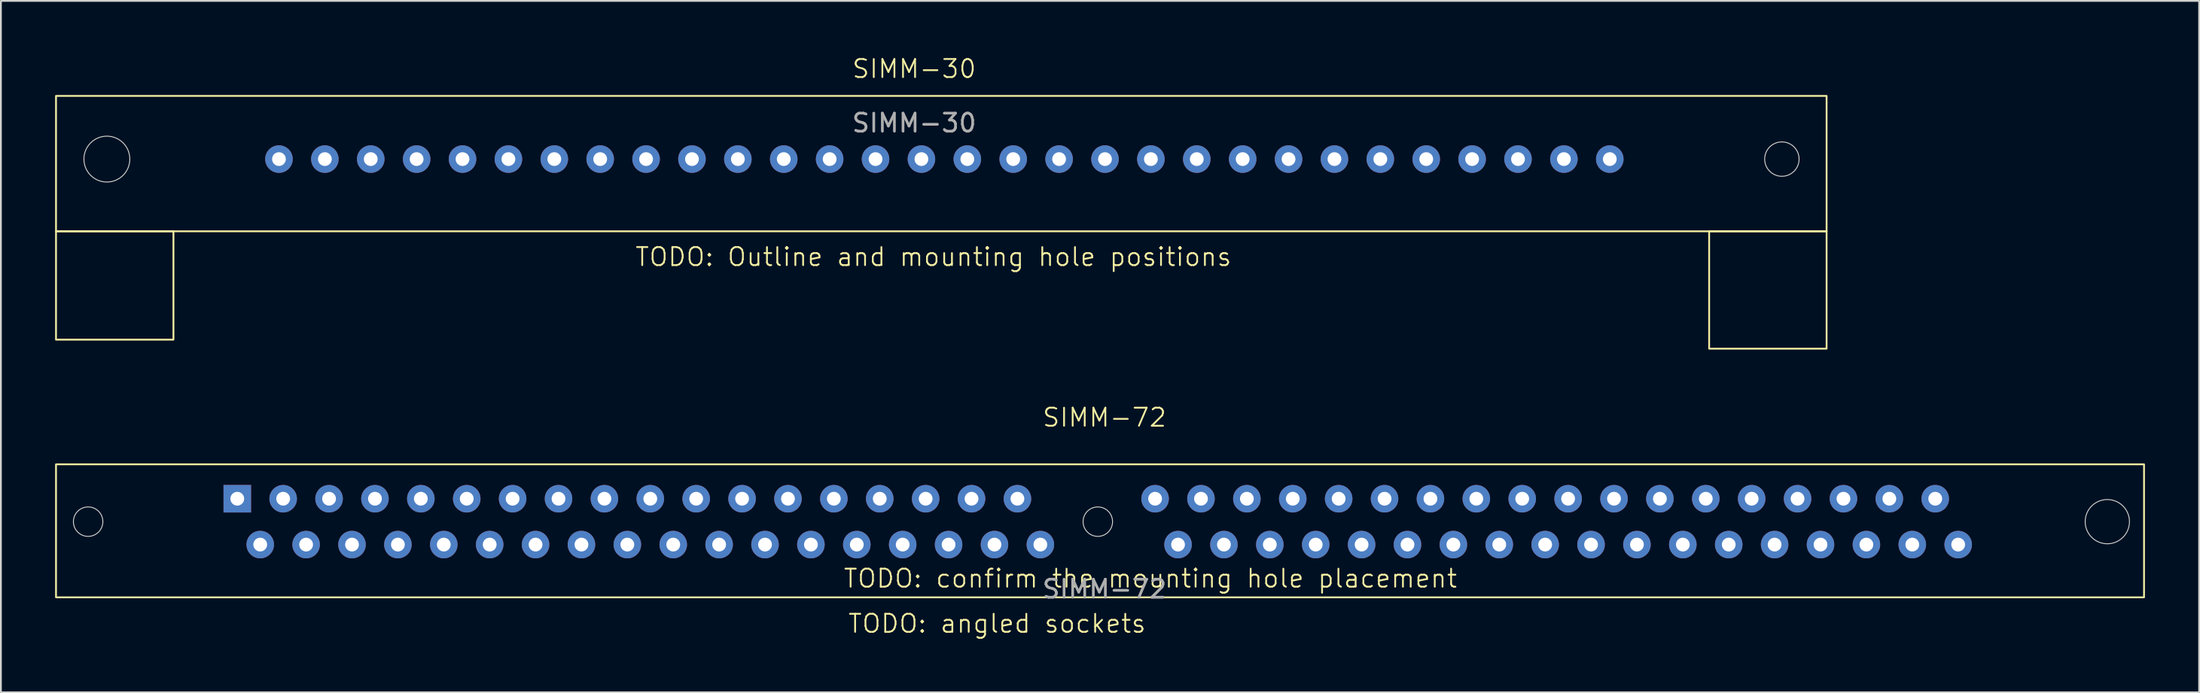
<source format=kicad_pcb>
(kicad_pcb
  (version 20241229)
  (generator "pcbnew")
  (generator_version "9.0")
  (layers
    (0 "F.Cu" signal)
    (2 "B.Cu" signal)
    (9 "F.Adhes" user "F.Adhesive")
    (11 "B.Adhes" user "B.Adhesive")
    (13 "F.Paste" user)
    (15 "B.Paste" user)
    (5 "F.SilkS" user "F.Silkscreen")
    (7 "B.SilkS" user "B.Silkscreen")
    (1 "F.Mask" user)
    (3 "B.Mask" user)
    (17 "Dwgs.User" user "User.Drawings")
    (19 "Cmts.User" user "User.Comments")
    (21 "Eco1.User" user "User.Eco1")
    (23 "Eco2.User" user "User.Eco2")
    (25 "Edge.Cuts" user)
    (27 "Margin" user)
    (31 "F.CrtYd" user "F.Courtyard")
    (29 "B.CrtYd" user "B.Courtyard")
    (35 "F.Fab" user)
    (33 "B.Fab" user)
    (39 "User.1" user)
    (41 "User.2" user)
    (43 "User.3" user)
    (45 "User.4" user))
  (footprint "SIMM-72"
    (layer "F.Cu")
    (at 10.083 24.571)
    (property "Reference" "SIMM-72" (at 48 -4.5 0) (unlocked yes) (layer "F.SilkS") (effects (font (size 1 1) (thickness 0.1))))
    (attr through_hole)
    (fp_rect (start -10.033 -1.905) (end 105.537 5.461) (stroke (width 0.1) (type default)) (fill no) (layer "F.SilkS"))
    (fp_circle (center -8.255 1.27) (end -7.44 1.27) (stroke (width 0.05) (type default)) (fill no) (layer "Edge.Cuts"))
    (fp_circle (center 47.63 1.27) (end 48.445 1.27) (stroke (width 0.05) (type default)) (fill no) (layer "Edge.Cuts"))
    (fp_circle (center 103.505 1.27) (end 104.73 1.27) (stroke (width 0.05) (type default)) (fill no) (layer "Edge.Cuts"))
    (fp_text user "TODO: angled sockets" (at 33.75 7.5 0) (unlocked yes) (layer "F.SilkS") (effects (font (size 1 1) (thickness 0.1)) (justify left bottom)))
    (fp_text user "TODO: confirm the mounting hole placement" (at 33.5 5 0) (unlocked yes) (layer "F.SilkS") (effects (font (size 1 1) (thickness 0.1)) (justify left bottom)))
    (fp_text user "${REFERENCE}" (at 48 5 0) (unlocked yes) (layer "F.Fab") (effects (font (size 1 1) (thickness 0.15))))
    (pad "1" thru_hole rect (at 0 0) (size 1.524 1.524) (drill 0.762) (layers "*.Cu" "*.Mask"))
    (pad "2" thru_hole circle (at 1.27 2.54) (size 1.524 1.524) (drill 0.762) (layers "*.Cu" "*.Mask"))
    (pad "3" thru_hole circle (at 2.54 0) (size 1.524 1.524) (drill 0.762) (layers "*.Cu" "*.Mask"))
    (pad "4" thru_hole circle (at 3.81 2.54) (size 1.524 1.524) (drill 0.762) (layers "*.Cu" "*.Mask"))
    (pad "5" thru_hole circle (at 5.08 0) (size 1.524 1.524) (drill 0.762) (layers "*.Cu" "*.Mask"))
    (pad "6" thru_hole circle (at 6.35 2.54) (size 1.524 1.524) (drill 0.762) (layers "*.Cu" "*.Mask"))
    (pad "7" thru_hole circle (at 7.62 0) (size 1.524 1.524) (drill 0.762) (layers "*.Cu" "*.Mask"))
    (pad "8" thru_hole circle (at 8.89 2.54) (size 1.524 1.524) (drill 0.762) (layers "*.Cu" "*.Mask"))
    (pad "9" thru_hole circle (at 10.16 0) (size 1.524 1.524) (drill 0.762) (layers "*.Cu" "*.Mask"))
    (pad "10" thru_hole circle (at 11.43 2.54) (size 1.524 1.524) (drill 0.762) (layers "*.Cu" "*.Mask"))
    (pad "11" thru_hole circle (at 12.7 0) (size 1.524 1.524) (drill 0.762) (layers "*.Cu" "*.Mask"))
    (pad "12" thru_hole circle (at 13.97 2.54) (size 1.524 1.524) (drill 0.762) (layers "*.Cu" "*.Mask"))
    (pad "13" thru_hole circle (at 15.24 0) (size 1.524 1.524) (drill 0.762) (layers "*.Cu" "*.Mask"))
    (pad "14" thru_hole circle (at 16.51 2.54) (size 1.524 1.524) (drill 0.762) (layers "*.Cu" "*.Mask"))
    (pad "15" thru_hole circle (at 17.78 0) (size 1.524 1.524) (drill 0.762) (layers "*.Cu" "*.Mask"))
    (pad "16" thru_hole circle (at 19.05 2.54) (size 1.524 1.524) (drill 0.762) (layers "*.Cu" "*.Mask"))
    (pad "17" thru_hole circle (at 20.32 0) (size 1.524 1.524) (drill 0.762) (layers "*.Cu" "*.Mask"))
    (pad "18" thru_hole circle (at 21.59 2.54) (size 1.524 1.524) (drill 0.762) (layers "*.Cu" "*.Mask"))
    (pad "19" thru_hole circle (at 22.86 0) (size 1.524 1.524) (drill 0.762) (layers "*.Cu" "*.Mask"))
    (pad "20" thru_hole circle (at 24.13 2.54) (size 1.524 1.524) (drill 0.762) (layers "*.Cu" "*.Mask"))
    (pad "21" thru_hole circle (at 25.4 0) (size 1.524 1.524) (drill 0.762) (layers "*.Cu" "*.Mask"))
    (pad "22" thru_hole circle (at 26.67 2.54) (size 1.524 1.524) (drill 0.762) (layers "*.Cu" "*.Mask"))
    (pad "23" thru_hole circle (at 27.94 0) (size 1.524 1.524) (drill 0.762) (layers "*.Cu" "*.Mask"))
    (pad "24" thru_hole circle (at 29.21 2.54) (size 1.524 1.524) (drill 0.762) (layers "*.Cu" "*.Mask"))
    (pad "25" thru_hole circle (at 30.48 0) (size 1.524 1.524) (drill 0.762) (layers "*.Cu" "*.Mask"))
    (pad "26" thru_hole circle (at 31.75 2.54) (size 1.524 1.524) (drill 0.762) (layers "*.Cu" "*.Mask"))
    (pad "27" thru_hole circle (at 33.02 0) (size 1.524 1.524) (drill 0.762) (layers "*.Cu" "*.Mask"))
    (pad "28" thru_hole circle (at 34.29 2.54) (size 1.524 1.524) (drill 0.762) (layers "*.Cu" "*.Mask"))
    (pad "29" thru_hole circle (at 35.56 0) (size 1.524 1.524) (drill 0.762) (layers "*.Cu" "*.Mask"))
    (pad "30" thru_hole circle (at 36.83 2.54) (size 1.524 1.524) (drill 0.762) (layers "*.Cu" "*.Mask"))
    (pad "31" thru_hole circle (at 38.1 0) (size 1.524 1.524) (drill 0.762) (layers "*.Cu" "*.Mask"))
    (pad "32" thru_hole circle (at 39.37 2.54) (size 1.524 1.524) (drill 0.762) (layers "*.Cu" "*.Mask"))
    (pad "33" thru_hole circle (at 40.64 0) (size 1.524 1.524) (drill 0.762) (layers "*.Cu" "*.Mask"))
    (pad "34" thru_hole circle (at 41.91 2.54) (size 1.524 1.524) (drill 0.762) (layers "*.Cu" "*.Mask"))
    (pad "35" thru_hole circle (at 43.18 0) (size 1.524 1.524) (drill 0.762) (layers "*.Cu" "*.Mask"))
    (pad "36" thru_hole circle (at 44.45 2.54) (size 1.524 1.524) (drill 0.762) (layers "*.Cu" "*.Mask"))
    (pad "37" thru_hole circle (at 50.8 0) (size 1.524 1.524) (drill 0.762) (layers "*.Cu" "*.Mask"))
    (pad "38" thru_hole circle (at 52.07 2.54) (size 1.524 1.524) (drill 0.762) (layers "*.Cu" "*.Mask"))
    (pad "39" thru_hole circle (at 53.34 0) (size 1.524 1.524) (drill 0.762) (layers "*.Cu" "*.Mask"))
    (pad "40" thru_hole circle (at 54.61 2.54) (size 1.524 1.524) (drill 0.762) (layers "*.Cu" "*.Mask"))
    (pad "41" thru_hole circle (at 55.88 0) (size 1.524 1.524) (drill 0.762) (layers "*.Cu" "*.Mask"))
    (pad "42" thru_hole circle (at 57.15 2.54) (size 1.524 1.524) (drill 0.762) (layers "*.Cu" "*.Mask"))
    (pad "43" thru_hole circle (at 58.42 0) (size 1.524 1.524) (drill 0.762) (layers "*.Cu" "*.Mask"))
    (pad "44" thru_hole circle (at 59.69 2.54) (size 1.524 1.524) (drill 0.762) (layers "*.Cu" "*.Mask"))
    (pad "45" thru_hole circle (at 60.96 0) (size 1.524 1.524) (drill 0.762) (layers "*.Cu" "*.Mask"))
    (pad "46" thru_hole circle (at 62.23 2.54) (size 1.524 1.524) (drill 0.762) (layers "*.Cu" "*.Mask"))
    (pad "47" thru_hole circle (at 63.5 0) (size 1.524 1.524) (drill 0.762) (layers "*.Cu" "*.Mask"))
    (pad "48" thru_hole circle (at 64.77 2.54) (size 1.524 1.524) (drill 0.762) (layers "*.Cu" "*.Mask"))
    (pad "49" thru_hole circle (at 66.04 0) (size 1.524 1.524) (drill 0.762) (layers "*.Cu" "*.Mask"))
    (pad "50" thru_hole circle (at 67.31 2.54) (size 1.524 1.524) (drill 0.762) (layers "*.Cu" "*.Mask"))
    (pad "51" thru_hole circle (at 68.58 0) (size 1.524 1.524) (drill 0.762) (layers "*.Cu" "*.Mask"))
    (pad "52" thru_hole circle (at 69.85 2.54) (size 1.524 1.524) (drill 0.762) (layers "*.Cu" "*.Mask"))
    (pad "53" thru_hole circle (at 71.12 0) (size 1.524 1.524) (drill 0.762) (layers "*.Cu" "*.Mask"))
    (pad "54" thru_hole circle (at 72.39 2.54) (size 1.524 1.524) (drill 0.762) (layers "*.Cu" "*.Mask"))
    (pad "55" thru_hole circle (at 73.66 0) (size 1.524 1.524) (drill 0.762) (layers "*.Cu" "*.Mask"))
    (pad "56" thru_hole circle (at 74.93 2.54) (size 1.524 1.524) (drill 0.762) (layers "*.Cu" "*.Mask"))
    (pad "57" thru_hole circle (at 76.2 0) (size 1.524 1.524) (drill 0.762) (layers "*.Cu" "*.Mask"))
    (pad "58" thru_hole circle (at 77.47 2.54) (size 1.524 1.524) (drill 0.762) (layers "*.Cu" "*.Mask"))
    (pad "59" thru_hole circle (at 78.74 0) (size 1.524 1.524) (drill 0.762) (layers "*.Cu" "*.Mask"))
    (pad "60" thru_hole circle (at 80.01 2.54) (size 1.524 1.524) (drill 0.762) (layers "*.Cu" "*.Mask"))
    (pad "61" thru_hole circle (at 81.28 0) (size 1.524 1.524) (drill 0.762) (layers "*.Cu" "*.Mask"))
    (pad "62" thru_hole circle (at 82.55 2.54) (size 1.524 1.524) (drill 0.762) (layers "*.Cu" "*.Mask"))
    (pad "63" thru_hole circle (at 83.82 0) (size 1.524 1.524) (drill 0.762) (layers "*.Cu" "*.Mask"))
    (pad "64" thru_hole circle (at 85.09 2.54) (size 1.524 1.524) (drill 0.762) (layers "*.Cu" "*.Mask"))
    (pad "65" thru_hole circle (at 86.36 0) (size 1.524 1.524) (drill 0.762) (layers "*.Cu" "*.Mask"))
    (pad "66" thru_hole circle (at 87.63 2.54) (size 1.524 1.524) (drill 0.762) (layers "*.Cu" "*.Mask"))
    (pad "67" thru_hole circle (at 88.9 0) (size 1.524 1.524) (drill 0.762) (layers "*.Cu" "*.Mask"))
    (pad "68" thru_hole circle (at 90.17 2.54) (size 1.524 1.524) (drill 0.762) (layers "*.Cu" "*.Mask"))
    (pad "69" thru_hole circle (at 91.44 0) (size 1.524 1.524) (drill 0.762) (layers "*.Cu" "*.Mask"))
    (pad "70" thru_hole circle (at 92.71 2.54) (size 1.524 1.524) (drill 0.762) (layers "*.Cu" "*.Mask"))
    (pad "71" thru_hole circle (at 93.98 0) (size 1.524 1.524) (drill 0.762) (layers "*.Cu" "*.Mask"))
    (pad "72" thru_hole circle (at 95.25 2.54) (size 1.524 1.524) (drill 0.762) (layers "*.Cu" "*.Mask")))
  (footprint "SIMM-30"
    (layer "F.Cu")
    (at 86.05 5.761)
    (property "Reference" "SIMM-30" (at -38.5 -5 0) (unlocked yes) (layer "F.SilkS") (effects (font (size 1 1) (thickness 0.1))))
    (attr through_hole)
    (fp_rect (start -86 -3.5) (end 12 4) (stroke (width 0.1) (type default)) (fill no) (layer "F.SilkS"))
    (fp_rect (start -86 4) (end -79.5 10) (stroke (width 0.1) (type default)) (fill no) (layer "F.SilkS"))
    (fp_rect (start 5.5 4) (end 12 10.5) (stroke (width 0.1) (type default)) (fill no) (layer "F.SilkS"))
    (fp_circle (center -83.185 0) (end -81.915 0) (stroke (width 0.05) (type default)) (fill no) (layer "Edge.Cuts"))
    (fp_circle (center 9.525 0) (end 10.477 0) (stroke (width 0.05) (type default)) (fill no) (layer "Edge.Cuts"))
    (fp_text user "TODO: Outline and mounting hole positions" (at -54 6 0) (unlocked yes) (layer "F.SilkS") (effects (font (size 1 1) (thickness 0.1)) (justify left bottom)))
    (fp_text user "${REFERENCE}" (at -38.5 -2 0) (unlocked yes) (layer "F.Fab") (effects (font (size 1 1) (thickness 0.15))))
    (pad "1" thru_hole circle (at 0 0) (size 1.524 1.524) (drill 0.762) (layers "*.Cu" "*.Mask"))
    (pad "2" thru_hole circle (at -2.54 0) (size 1.524 1.524) (drill 0.762) (layers "*.Cu" "*.Mask"))
    (pad "3" thru_hole circle (at -5.08 0) (size 1.524 1.524) (drill 0.762) (layers "*.Cu" "*.Mask"))
    (pad "4" thru_hole circle (at -7.62 0) (size 1.524 1.524) (drill 0.762) (layers "*.Cu" "*.Mask"))
    (pad "5" thru_hole circle (at -10.16 0) (size 1.524 1.524) (drill 0.762) (layers "*.Cu" "*.Mask"))
    (pad "6" thru_hole circle (at -12.7 0) (size 1.524 1.524) (drill 0.762) (layers "*.Cu" "*.Mask"))
    (pad "7" thru_hole circle (at -15.24 0) (size 1.524 1.524) (drill 0.762) (layers "*.Cu" "*.Mask"))
    (pad "8" thru_hole circle (at -17.78 0) (size 1.524 1.524) (drill 0.762) (layers "*.Cu" "*.Mask"))
    (pad "9" thru_hole circle (at -20.32 0) (size 1.524 1.524) (drill 0.762) (layers "*.Cu" "*.Mask"))
    (pad "10" thru_hole circle (at -22.86 0) (size 1.524 1.524) (drill 0.762) (layers "*.Cu" "*.Mask"))
    (pad "11" thru_hole circle (at -25.4 0) (size 1.524 1.524) (drill 0.762) (layers "*.Cu" "*.Mask"))
    (pad "12" thru_hole circle (at -27.94 0) (size 1.524 1.524) (drill 0.762) (layers "*.Cu" "*.Mask"))
    (pad "13" thru_hole circle (at -30.48 0) (size 1.524 1.524) (drill 0.762) (layers "*.Cu" "*.Mask"))
    (pad "14" thru_hole circle (at -33.02 0) (size 1.524 1.524) (drill 0.762) (layers "*.Cu" "*.Mask"))
    (pad "15" thru_hole circle (at -35.56 0) (size 1.524 1.524) (drill 0.762) (layers "*.Cu" "*.Mask"))
    (pad "16" thru_hole circle (at -38.1 0) (size 1.524 1.524) (drill 0.762) (layers "*.Cu" "*.Mask"))
    (pad "17" thru_hole circle (at -40.64 0) (size 1.524 1.524) (drill 0.762) (layers "*.Cu" "*.Mask"))
    (pad "18" thru_hole circle (at -43.18 0) (size 1.524 1.524) (drill 0.762) (layers "*.Cu" "*.Mask"))
    (pad "19" thru_hole circle (at -45.72 0) (size 1.524 1.524) (drill 0.762) (layers "*.Cu" "*.Mask"))
    (pad "20" thru_hole circle (at -48.26 0) (size 1.524 1.524) (drill 0.762) (layers "*.Cu" "*.Mask"))
    (pad "21" thru_hole circle (at -50.8 0) (size 1.524 1.524) (drill 0.762) (layers "*.Cu" "*.Mask"))
    (pad "22" thru_hole circle (at -53.34 0) (size 1.524 1.524) (drill 0.762) (layers "*.Cu" "*.Mask"))
    (pad "23" thru_hole circle (at -55.88 0) (size 1.524 1.524) (drill 0.762) (layers "*.Cu" "*.Mask"))
    (pad "24" thru_hole circle (at -58.42 0) (size 1.524 1.524) (drill 0.762) (layers "*.Cu" "*.Mask"))
    (pad "25" thru_hole circle (at -60.96 0) (size 1.524 1.524) (drill 0.762) (layers "*.Cu" "*.Mask"))
    (pad "26" thru_hole circle (at -63.5 0) (size 1.524 1.524) (drill 0.762) (layers "*.Cu" "*.Mask"))
    (pad "27" thru_hole circle (at -66.04 0) (size 1.524 1.524) (drill 0.762) (layers "*.Cu" "*.Mask"))
    (pad "28" thru_hole circle (at -68.58 0) (size 1.524 1.524) (drill 0.762) (layers "*.Cu" "*.Mask"))
    (pad "29" thru_hole circle (at -71.12 0) (size 1.524 1.524) (drill 0.762) (layers "*.Cu" "*.Mask"))
    (pad "30" thru_hole circle (at -73.66 0) (size 1.524 1.524) (drill 0.762) (layers "*.Cu" "*.Mask")))
  (gr_rect
    (start -3 -3)
    (end 118.67 35.292)
    (stroke (width 0.1) (type default))
    (fill no)
    (layer "Edge.Cuts")))
</source>
